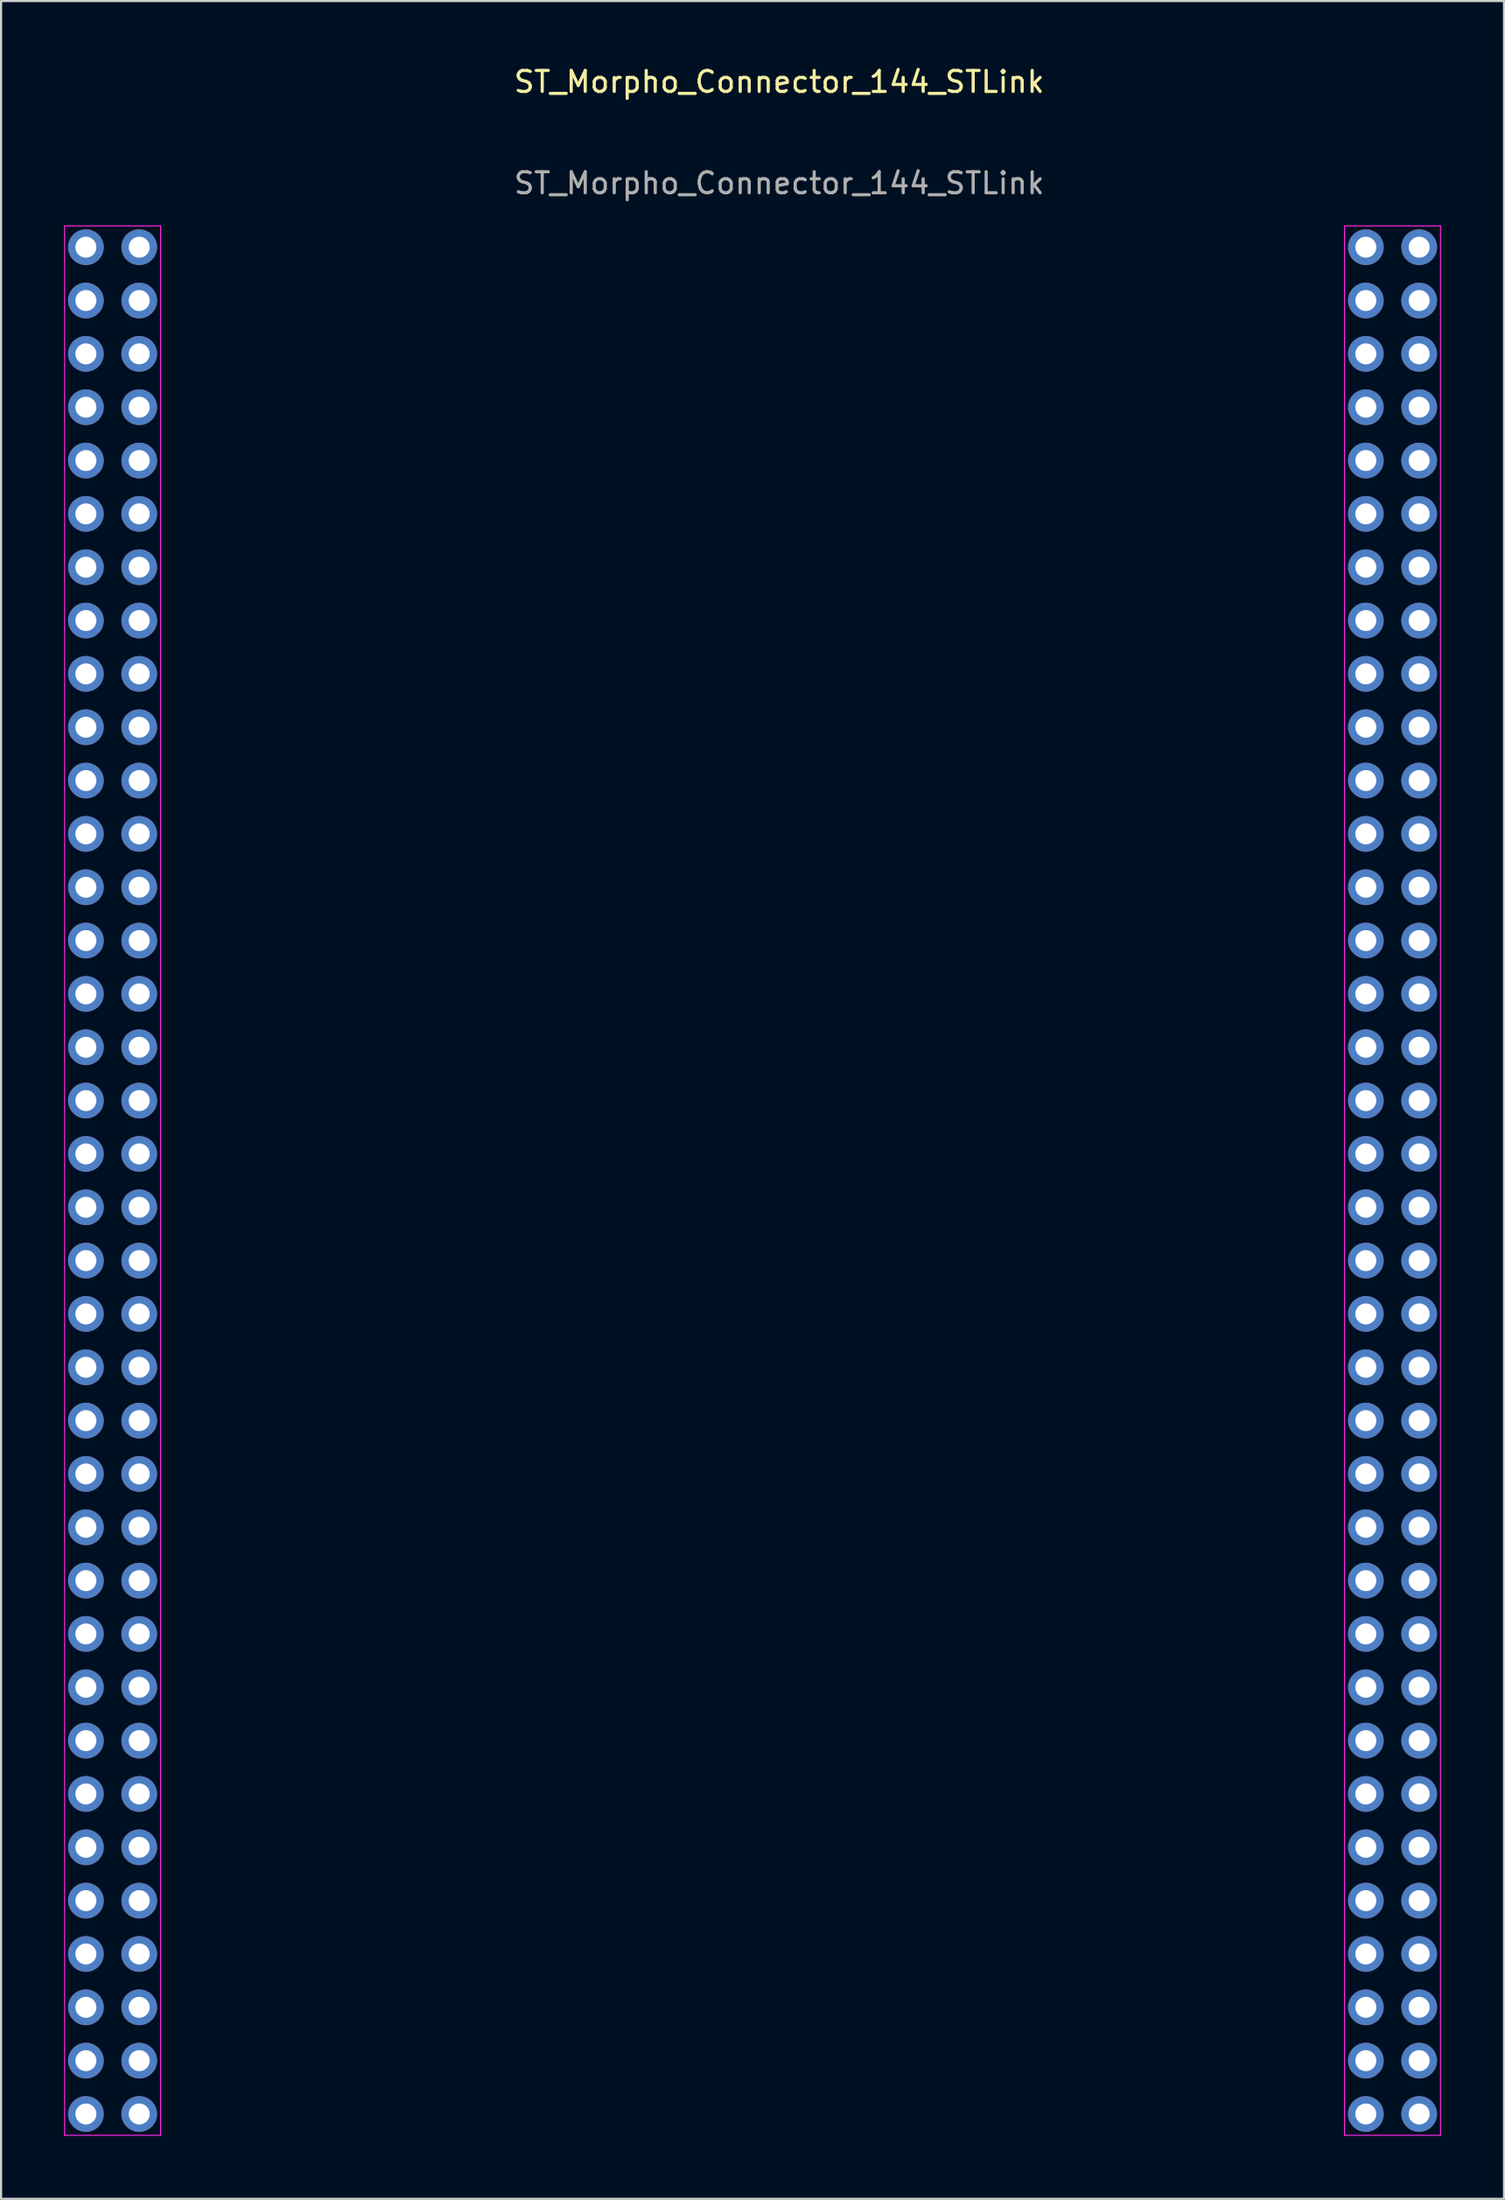
<source format=kicad_pcb>
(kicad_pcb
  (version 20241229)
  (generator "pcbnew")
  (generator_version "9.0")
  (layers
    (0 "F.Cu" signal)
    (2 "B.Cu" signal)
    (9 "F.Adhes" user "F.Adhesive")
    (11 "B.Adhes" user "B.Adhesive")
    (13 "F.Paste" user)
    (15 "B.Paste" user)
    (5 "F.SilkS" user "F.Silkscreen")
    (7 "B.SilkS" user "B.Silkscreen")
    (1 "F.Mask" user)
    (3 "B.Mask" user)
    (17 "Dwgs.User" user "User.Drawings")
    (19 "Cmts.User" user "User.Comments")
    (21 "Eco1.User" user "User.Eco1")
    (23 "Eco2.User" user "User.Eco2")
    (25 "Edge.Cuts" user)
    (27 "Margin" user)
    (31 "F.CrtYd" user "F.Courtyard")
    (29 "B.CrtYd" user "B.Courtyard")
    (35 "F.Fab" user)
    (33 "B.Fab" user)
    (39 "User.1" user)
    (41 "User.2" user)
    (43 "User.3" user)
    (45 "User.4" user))
  (footprint "ST_Morpho_Connector_144_STLink"
    (layer "F.Cu")
    (at 1.041 8.722)
    (property "Reference" "ST_Morpho_Connector_144_STLink" (at 33.02 -7.874 0) (layer "F.SilkS") (effects (font (size 1 1) (thickness 0.15))))
    (attr through_hole)
    (fp_line (start -1.016 -1.016) (end 3.556 -1.016) (stroke (width 0.05) (type solid)) (layer "F.CrtYd"))
    (fp_line (start -1.016 89.916) (end -1.016 -1.016) (stroke (width 0.05) (type solid)) (layer "F.CrtYd"))
    (fp_line (start 3.556 -1.016) (end 3.556 89.916) (stroke (width 0.05) (type solid)) (layer "F.CrtYd"))
    (fp_line (start 3.556 89.916) (end -1.016 89.916) (stroke (width 0.05) (type solid)) (layer "F.CrtYd"))
    (fp_line (start 59.944 -1.016) (end 60.452 -1.016) (stroke (width 0.05) (type solid)) (layer "F.CrtYd"))
    (fp_line (start 59.944 89.916) (end 59.944 -1.016) (stroke (width 0.05) (type solid)) (layer "F.CrtYd"))
    (fp_line (start 60.452 -1.016) (end 64.516 -1.016) (stroke (width 0.05) (type solid)) (layer "F.CrtYd"))
    (fp_line (start 64.516 -1.016) (end 64.516 89.408) (stroke (width 0.05) (type solid)) (layer "F.CrtYd"))
    (fp_line (start 64.516 89.408) (end 64.516 89.916) (stroke (width 0.05) (type solid)) (layer "F.CrtYd"))
    (fp_line (start 64.516 89.916) (end 59.944 89.916) (stroke (width 0.05) (type solid)) (layer "F.CrtYd"))
    (fp_text user "${REFERENCE}" (at 33.02 -3.048 0) (layer "F.Fab") (effects (font (size 1 1) (thickness 0.15))))
    (pad "1" thru_hole circle (at 0 0) (size 1.7 1.7) (drill 1) (layers "*.Cu" "*.Mask"))
    (pad "2" thru_hole circle (at 2.54 0) (size 1.7 1.7) (drill 1) (layers "*.Cu" "*.Mask"))
    (pad "3" thru_hole circle (at 0 2.54) (size 1.7 1.7) (drill 1) (layers "*.Cu" "*.Mask"))
    (pad "4" thru_hole circle (at 2.54 2.54) (size 1.7 1.7) (drill 1) (layers "*.Cu" "*.Mask"))
    (pad "5" thru_hole circle (at 0 5.08) (size 1.7 1.7) (drill 1) (layers "*.Cu" "*.Mask"))
    (pad "6" thru_hole circle (at 2.54 5.08) (size 1.7 1.7) (drill 1) (layers "*.Cu" "*.Mask"))
    (pad "7" thru_hole circle (at 0 7.62) (size 1.7 1.7) (drill 1) (layers "*.Cu" "*.Mask"))
    (pad "8" thru_hole circle (at 2.54 7.62) (size 1.7 1.7) (drill 1) (layers "*.Cu" "*.Mask"))
    (pad "9" thru_hole circle (at 0 10.16) (size 1.7 1.7) (drill 1) (layers "*.Cu" "*.Mask"))
    (pad "10" thru_hole circle (at 2.54 10.16) (size 1.7 1.7) (drill 1) (layers "*.Cu" "*.Mask"))
    (pad "11" thru_hole circle (at 0 12.7) (size 1.7 1.7) (drill 1) (layers "*.Cu" "*.Mask"))
    (pad "12" thru_hole circle (at 2.54 12.7) (size 1.7 1.7) (drill 1) (layers "*.Cu" "*.Mask"))
    (pad "13" thru_hole circle (at 0 15.24) (size 1.7 1.7) (drill 1) (layers "*.Cu" "*.Mask"))
    (pad "14" thru_hole circle (at 2.54 15.24) (size 1.7 1.7) (drill 1) (layers "*.Cu" "*.Mask"))
    (pad "15" thru_hole circle (at 0 17.78) (size 1.7 1.7) (drill 1) (layers "*.Cu" "*.Mask"))
    (pad "16" thru_hole circle (at 2.54 17.78) (size 1.7 1.7) (drill 1) (layers "*.Cu" "*.Mask"))
    (pad "17" thru_hole circle (at 0 20.32) (size 1.7 1.7) (drill 1) (layers "*.Cu" "*.Mask"))
    (pad "18" thru_hole circle (at 2.54 20.32) (size 1.7 1.7) (drill 1) (layers "*.Cu" "*.Mask"))
    (pad "19" thru_hole circle (at 0 22.86) (size 1.7 1.7) (drill 1) (layers "*.Cu" "*.Mask"))
    (pad "20" thru_hole circle (at 2.54 22.86) (size 1.7 1.7) (drill 1) (layers "*.Cu" "*.Mask"))
    (pad "21" thru_hole circle (at 0 25.4) (size 1.7 1.7) (drill 1) (layers "*.Cu" "*.Mask"))
    (pad "22" thru_hole circle (at 2.54 25.4) (size 1.7 1.7) (drill 1) (layers "*.Cu" "*.Mask"))
    (pad "23" thru_hole circle (at 0 27.94) (size 1.7 1.7) (drill 1) (layers "*.Cu" "*.Mask"))
    (pad "24" thru_hole circle (at 2.54 27.94) (size 1.7 1.7) (drill 1) (layers "*.Cu" "*.Mask"))
    (pad "25" thru_hole circle (at 0 30.48) (size 1.7 1.7) (drill 1) (layers "*.Cu" "*.Mask"))
    (pad "26" thru_hole circle (at 2.54 30.48) (size 1.7 1.7) (drill 1) (layers "*.Cu" "*.Mask"))
    (pad "27" thru_hole circle (at 0 33.02) (size 1.7 1.7) (drill 1) (layers "*.Cu" "*.Mask"))
    (pad "28" thru_hole circle (at 2.54 33.02) (size 1.7 1.7) (drill 1) (layers "*.Cu" "*.Mask"))
    (pad "29" thru_hole circle (at 0 35.56) (size 1.7 1.7) (drill 1) (layers "*.Cu" "*.Mask"))
    (pad "30" thru_hole circle (at 2.54 35.56) (size 1.7 1.7) (drill 1) (layers "*.Cu" "*.Mask"))
    (pad "31" thru_hole circle (at 0 38.1) (size 1.7 1.7) (drill 1) (layers "*.Cu" "*.Mask"))
    (pad "32" thru_hole circle (at 2.54 38.1) (size 1.7 1.7) (drill 1) (layers "*.Cu" "*.Mask"))
    (pad "33" thru_hole circle (at 0 40.64) (size 1.7 1.7) (drill 1) (layers "*.Cu" "*.Mask"))
    (pad "34" thru_hole circle (at 2.54 40.64) (size 1.7 1.7) (drill 1) (layers "*.Cu" "*.Mask"))
    (pad "35" thru_hole circle (at 0 43.18) (size 1.7 1.7) (drill 1) (layers "*.Cu" "*.Mask"))
    (pad "36" thru_hole circle (at 2.54 43.18) (size 1.7 1.7) (drill 1) (layers "*.Cu" "*.Mask"))
    (pad "37" thru_hole circle (at 0 45.72) (size 1.7 1.7) (drill 1) (layers "*.Cu" "*.Mask"))
    (pad "38" thru_hole circle (at 2.54 45.72) (size 1.7 1.7) (drill 1) (layers "*.Cu" "*.Mask"))
    (pad "39" thru_hole circle (at 0 48.26) (size 1.7 1.7) (drill 1) (layers "*.Cu" "*.Mask"))
    (pad "40" thru_hole circle (at 2.54 48.26) (size 1.7 1.7) (drill 1) (layers "*.Cu" "*.Mask"))
    (pad "41" thru_hole circle (at 0 50.8) (size 1.7 1.7) (drill 1) (layers "*.Cu" "*.Mask"))
    (pad "42" thru_hole circle (at 2.54 50.8) (size 1.7 1.7) (drill 1) (layers "*.Cu" "*.Mask"))
    (pad "43" thru_hole circle (at 0 53.34) (size 1.7 1.7) (drill 1) (layers "*.Cu" "*.Mask"))
    (pad "44" thru_hole circle (at 2.54 53.34) (size 1.7 1.7) (drill 1) (layers "*.Cu" "*.Mask"))
    (pad "45" thru_hole circle (at 0 55.88) (size 1.7 1.7) (drill 1) (layers "*.Cu" "*.Mask"))
    (pad "46" thru_hole circle (at 2.54 55.88) (size 1.7 1.7) (drill 1) (layers "*.Cu" "*.Mask"))
    (pad "47" thru_hole circle (at 0 58.42) (size 1.7 1.7) (drill 1) (layers "*.Cu" "*.Mask"))
    (pad "48" thru_hole circle (at 2.54 58.42) (size 1.7 1.7) (drill 1) (layers "*.Cu" "*.Mask"))
    (pad "49" thru_hole circle (at 0 60.96) (size 1.7 1.7) (drill 1) (layers "*.Cu" "*.Mask"))
    (pad "50" thru_hole circle (at 2.54 60.96) (size 1.7 1.7) (drill 1) (layers "*.Cu" "*.Mask"))
    (pad "51" thru_hole circle (at 0 63.5) (size 1.7 1.7) (drill 1) (layers "*.Cu" "*.Mask"))
    (pad "52" thru_hole circle (at 2.54 63.5) (size 1.7 1.7) (drill 1) (layers "*.Cu" "*.Mask"))
    (pad "53" thru_hole circle (at 0 66.04) (size 1.7 1.7) (drill 1) (layers "*.Cu" "*.Mask"))
    (pad "54" thru_hole circle (at 2.54 66.04) (size 1.7 1.7) (drill 1) (layers "*.Cu" "*.Mask"))
    (pad "55" thru_hole circle (at 0 68.58) (size 1.7 1.7) (drill 1) (layers "*.Cu" "*.Mask"))
    (pad "56" thru_hole circle (at 2.54 68.58) (size 1.7 1.7) (drill 1) (layers "*.Cu" "*.Mask"))
    (pad "57" thru_hole circle (at 0 71.12) (size 1.7 1.7) (drill 1) (layers "*.Cu" "*.Mask"))
    (pad "58" thru_hole circle (at 2.54 71.12) (size 1.7 1.7) (drill 1) (layers "*.Cu" "*.Mask"))
    (pad "59" thru_hole circle (at 0 73.66) (size 1.7 1.7) (drill 1) (layers "*.Cu" "*.Mask"))
    (pad "60" thru_hole circle (at 2.54 73.66) (size 1.7 1.7) (drill 1) (layers "*.Cu" "*.Mask"))
    (pad "61" thru_hole circle (at 0 76.2) (size 1.7 1.7) (drill 1) (layers "*.Cu" "*.Mask"))
    (pad "62" thru_hole circle (at 2.54 76.2) (size 1.7 1.7) (drill 1) (layers "*.Cu" "*.Mask"))
    (pad "63" thru_hole circle (at 0 78.74) (size 1.7 1.7) (drill 1) (layers "*.Cu" "*.Mask"))
    (pad "64" thru_hole circle (at 2.54 78.74) (size 1.7 1.7) (drill 1) (layers "*.Cu" "*.Mask"))
    (pad "65" thru_hole circle (at 0 81.28) (size 1.7 1.7) (drill 1) (layers "*.Cu" "*.Mask"))
    (pad "66" thru_hole circle (at 2.54 81.28) (size 1.7 1.7) (drill 1) (layers "*.Cu" "*.Mask"))
    (pad "67" thru_hole circle (at 0 83.82) (size 1.7 1.7) (drill 1) (layers "*.Cu" "*.Mask"))
    (pad "68" thru_hole circle (at 2.54 83.82) (size 1.7 1.7) (drill 1) (layers "*.Cu" "*.Mask"))
    (pad "69" thru_hole circle (at 0 86.36) (size 1.7 1.7) (drill 1) (layers "*.Cu" "*.Mask"))
    (pad "70" thru_hole circle (at 2.54 86.36) (size 1.7 1.7) (drill 1) (layers "*.Cu" "*.Mask"))
    (pad "71" thru_hole circle (at 0 88.9) (size 1.7 1.7) (drill 1) (layers "*.Cu" "*.Mask"))
    (pad "72" thru_hole circle (at 2.54 88.9) (size 1.7 1.7) (drill 1) (layers "*.Cu" "*.Mask"))
    (pad "73" thru_hole circle (at 60.96 0) (size 1.7 1.7) (drill 1) (layers "*.Cu" "*.Mask"))
    (pad "74" thru_hole circle (at 63.5 0) (size 1.7 1.7) (drill 1) (layers "*.Cu" "*.Mask"))
    (pad "75" thru_hole circle (at 60.96 2.54) (size 1.7 1.7) (drill 1) (layers "*.Cu" "*.Mask"))
    (pad "76" thru_hole circle (at 63.5 2.54) (size 1.7 1.7) (drill 1) (layers "*.Cu" "*.Mask"))
    (pad "77" thru_hole circle (at 60.96 5.08) (size 1.7 1.7) (drill 1) (layers "*.Cu" "*.Mask"))
    (pad "78" thru_hole circle (at 63.5 5.08) (size 1.7 1.7) (drill 1) (layers "*.Cu" "*.Mask"))
    (pad "79" thru_hole circle (at 60.96 7.62) (size 1.7 1.7) (drill 1) (layers "*.Cu" "*.Mask"))
    (pad "80" thru_hole circle (at 63.5 7.62) (size 1.7 1.7) (drill 1) (layers "*.Cu" "*.Mask"))
    (pad "81" thru_hole circle (at 60.96 10.16) (size 1.7 1.7) (drill 1) (layers "*.Cu" "*.Mask"))
    (pad "82" thru_hole circle (at 63.5 10.16) (size 1.7 1.7) (drill 1) (layers "*.Cu" "*.Mask"))
    (pad "83" thru_hole circle (at 60.96 12.7) (size 1.7 1.7) (drill 1) (layers "*.Cu" "*.Mask"))
    (pad "84" thru_hole circle (at 63.5 12.7) (size 1.7 1.7) (drill 1) (layers "*.Cu" "*.Mask"))
    (pad "85" thru_hole circle (at 60.96 15.24) (size 1.7 1.7) (drill 1) (layers "*.Cu" "*.Mask"))
    (pad "86" thru_hole circle (at 63.5 15.24) (size 1.7 1.7) (drill 1) (layers "*.Cu" "*.Mask"))
    (pad "87" thru_hole circle (at 60.96 17.78) (size 1.7 1.7) (drill 1) (layers "*.Cu" "*.Mask"))
    (pad "88" thru_hole circle (at 63.5 17.78) (size 1.7 1.7) (drill 1) (layers "*.Cu" "*.Mask"))
    (pad "89" thru_hole circle (at 60.96 20.32) (size 1.7 1.7) (drill 1) (layers "*.Cu" "*.Mask"))
    (pad "90" thru_hole circle (at 63.5 20.32) (size 1.7 1.7) (drill 1) (layers "*.Cu" "*.Mask"))
    (pad "91" thru_hole circle (at 60.96 22.86) (size 1.7 1.7) (drill 1) (layers "*.Cu" "*.Mask"))
    (pad "92" thru_hole circle (at 63.5 22.86) (size 1.7 1.7) (drill 1) (layers "*.Cu" "*.Mask"))
    (pad "93" thru_hole circle (at 60.96 25.4) (size 1.7 1.7) (drill 1) (layers "*.Cu" "*.Mask"))
    (pad "94" thru_hole circle (at 63.5 25.4) (size 1.7 1.7) (drill 1) (layers "*.Cu" "*.Mask"))
    (pad "95" thru_hole circle (at 60.96 27.94) (size 1.7 1.7) (drill 1) (layers "*.Cu" "*.Mask"))
    (pad "96" thru_hole circle (at 63.5 27.94) (size 1.7 1.7) (drill 1) (layers "*.Cu" "*.Mask"))
    (pad "97" thru_hole circle (at 60.96 30.48) (size 1.7 1.7) (drill 1) (layers "*.Cu" "*.Mask"))
    (pad "98" thru_hole circle (at 63.5 30.48) (size 1.7 1.7) (drill 1) (layers "*.Cu" "*.Mask"))
    (pad "99" thru_hole circle (at 60.96 33.02) (size 1.7 1.7) (drill 1) (layers "*.Cu" "*.Mask"))
    (pad "100" thru_hole circle (at 63.5 33.02) (size 1.7 1.7) (drill 1) (layers "*.Cu" "*.Mask"))
    (pad "101" thru_hole circle (at 60.96 35.56) (size 1.7 1.7) (drill 1) (layers "*.Cu" "*.Mask"))
    (pad "102" thru_hole circle (at 63.5 35.56) (size 1.7 1.7) (drill 1) (layers "*.Cu" "*.Mask"))
    (pad "103" thru_hole circle (at 60.96 38.1) (size 1.7 1.7) (drill 1) (layers "*.Cu" "*.Mask"))
    (pad "104" thru_hole circle (at 63.5 38.1) (size 1.7 1.7) (drill 1) (layers "*.Cu" "*.Mask"))
    (pad "105" thru_hole circle (at 60.96 40.64) (size 1.7 1.7) (drill 1) (layers "*.Cu" "*.Mask"))
    (pad "106" thru_hole circle (at 63.5 40.64) (size 1.7 1.7) (drill 1) (layers "*.Cu" "*.Mask"))
    (pad "107" thru_hole circle (at 60.96 43.18) (size 1.7 1.7) (drill 1) (layers "*.Cu" "*.Mask"))
    (pad "108" thru_hole circle (at 63.5 43.18) (size 1.7 1.7) (drill 1) (layers "*.Cu" "*.Mask"))
    (pad "109" thru_hole circle (at 60.96 45.72) (size 1.7 1.7) (drill 1) (layers "*.Cu" "*.Mask"))
    (pad "110" thru_hole circle (at 63.5 45.72) (size 1.7 1.7) (drill 1) (layers "*.Cu" "*.Mask"))
    (pad "111" thru_hole circle (at 60.96 48.26) (size 1.7 1.7) (drill 1) (layers "*.Cu" "*.Mask"))
    (pad "112" thru_hole circle (at 63.5 48.26) (size 1.7 1.7) (drill 1) (layers "*.Cu" "*.Mask"))
    (pad "113" thru_hole circle (at 60.96 50.8) (size 1.7 1.7) (drill 1) (layers "*.Cu" "*.Mask"))
    (pad "114" thru_hole circle (at 63.5 50.8) (size 1.7 1.7) (drill 1) (layers "*.Cu" "*.Mask"))
    (pad "115" thru_hole circle (at 60.96 53.34) (size 1.7 1.7) (drill 1) (layers "*.Cu" "*.Mask"))
    (pad "116" thru_hole circle (at 63.5 53.34) (size 1.7 1.7) (drill 1) (layers "*.Cu" "*.Mask"))
    (pad "117" thru_hole circle (at 60.96 55.88) (size 1.7 1.7) (drill 1) (layers "*.Cu" "*.Mask"))
    (pad "118" thru_hole circle (at 63.5 55.88) (size 1.7 1.7) (drill 1) (layers "*.Cu" "*.Mask"))
    (pad "119" thru_hole circle (at 60.96 58.42) (size 1.7 1.7) (drill 1) (layers "*.Cu" "*.Mask"))
    (pad "120" thru_hole circle (at 63.5 58.42) (size 1.7 1.7) (drill 1) (layers "*.Cu" "*.Mask"))
    (pad "121" thru_hole circle (at 60.96 60.96) (size 1.7 1.7) (drill 1) (layers "*.Cu" "*.Mask"))
    (pad "122" thru_hole circle (at 63.5 60.96) (size 1.7 1.7) (drill 1) (layers "*.Cu" "*.Mask"))
    (pad "123" thru_hole circle (at 60.96 63.5) (size 1.7 1.7) (drill 1) (layers "*.Cu" "*.Mask"))
    (pad "124" thru_hole circle (at 63.5 63.5) (size 1.7 1.7) (drill 1) (layers "*.Cu" "*.Mask"))
    (pad "125" thru_hole circle (at 60.96 66.04) (size 1.7 1.7) (drill 1) (layers "*.Cu" "*.Mask"))
    (pad "126" thru_hole circle (at 63.5 66.04) (size 1.7 1.7) (drill 1) (layers "*.Cu" "*.Mask"))
    (pad "127" thru_hole circle (at 60.96 68.58) (size 1.7 1.7) (drill 1) (layers "*.Cu" "*.Mask"))
    (pad "128" thru_hole circle (at 63.5 68.58) (size 1.7 1.7) (drill 1) (layers "*.Cu" "*.Mask"))
    (pad "129" thru_hole circle (at 60.96 71.12) (size 1.7 1.7) (drill 1) (layers "*.Cu" "*.Mask"))
    (pad "130" thru_hole circle (at 63.5 71.12) (size 1.7 1.7) (drill 1) (layers "*.Cu" "*.Mask"))
    (pad "131" thru_hole circle (at 60.96 73.66) (size 1.7 1.7) (drill 1) (layers "*.Cu" "*.Mask"))
    (pad "132" thru_hole circle (at 63.5 73.66) (size 1.7 1.7) (drill 1) (layers "*.Cu" "*.Mask"))
    (pad "133" thru_hole circle (at 60.96 76.2) (size 1.7 1.7) (drill 1) (layers "*.Cu" "*.Mask"))
    (pad "134" thru_hole circle (at 63.5 76.2) (size 1.7 1.7) (drill 1) (layers "*.Cu" "*.Mask"))
    (pad "135" thru_hole circle (at 60.96 78.74) (size 1.7 1.7) (drill 1) (layers "*.Cu" "*.Mask"))
    (pad "136" thru_hole circle (at 63.5 78.74) (size 1.7 1.7) (drill 1) (layers "*.Cu" "*.Mask"))
    (pad "137" thru_hole circle (at 60.96 81.28) (size 1.7 1.7) (drill 1) (layers "*.Cu" "*.Mask"))
    (pad "138" thru_hole circle (at 63.5 81.28) (size 1.7 1.7) (drill 1) (layers "*.Cu" "*.Mask"))
    (pad "139" thru_hole circle (at 60.96 83.82) (size 1.7 1.7) (drill 1) (layers "*.Cu" "*.Mask"))
    (pad "140" thru_hole circle (at 63.5 83.82) (size 1.7 1.7) (drill 1) (layers "*.Cu" "*.Mask"))
    (pad "141" thru_hole circle (at 60.96 86.36) (size 1.7 1.7) (drill 1) (layers "*.Cu" "*.Mask"))
    (pad "142" thru_hole circle (at 63.5 86.36) (size 1.7 1.7) (drill 1) (layers "*.Cu" "*.Mask"))
    (pad "143" thru_hole circle (at 60.96 88.9) (size 1.7 1.7) (drill 1) (layers "*.Cu" "*.Mask"))
    (pad "144" thru_hole circle (at 63.5 88.9) (size 1.7 1.7) (drill 1) (layers "*.Cu" "*.Mask")))
  (gr_rect
    (start -3 -3)
    (end 68.582 101.663)
    (stroke (width 0.1) (type default))
    (fill no)
    (layer "Edge.Cuts")))
</source>
